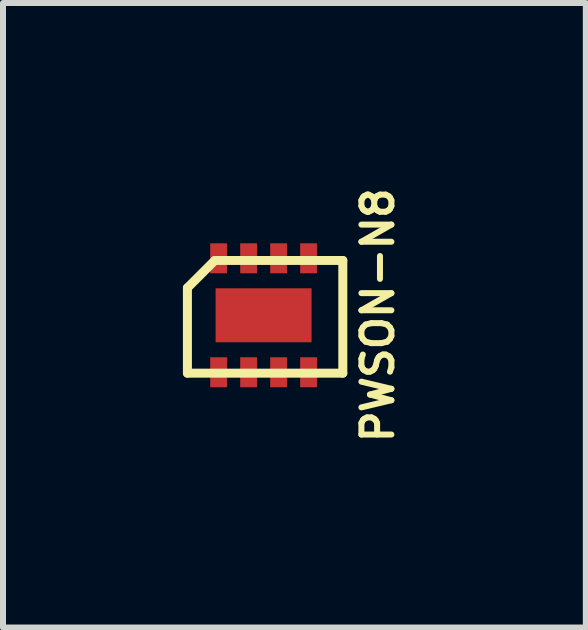
<source format=kicad_pcb>
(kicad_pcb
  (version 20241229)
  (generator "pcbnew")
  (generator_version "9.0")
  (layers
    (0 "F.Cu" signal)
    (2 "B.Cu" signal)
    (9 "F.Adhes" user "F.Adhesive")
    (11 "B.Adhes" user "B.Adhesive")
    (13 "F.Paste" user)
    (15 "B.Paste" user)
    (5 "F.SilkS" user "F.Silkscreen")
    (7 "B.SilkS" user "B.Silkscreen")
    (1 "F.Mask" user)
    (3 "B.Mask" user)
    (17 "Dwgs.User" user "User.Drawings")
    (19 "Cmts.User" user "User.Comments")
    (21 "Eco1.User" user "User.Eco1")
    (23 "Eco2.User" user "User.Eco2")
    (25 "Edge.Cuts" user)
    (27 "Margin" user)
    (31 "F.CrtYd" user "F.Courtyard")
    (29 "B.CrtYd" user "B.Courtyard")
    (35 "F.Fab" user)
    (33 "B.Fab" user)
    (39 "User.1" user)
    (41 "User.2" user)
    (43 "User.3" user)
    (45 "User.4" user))
  (footprint "PWSON-N8"
    (layer "F.Cu")
    (at 1.345 2.207)
    (property "Reference" "PWSON-N8" (at 1.905 0 270) (layer "F.SilkS") (effects (font (size 0.5 0.5) (thickness 0.1))))
    (attr through_hole)
    (fp_line (start -1.27 -0.457) (end -1.27 0.965) (stroke (width 0.15) (type solid)) (layer "F.SilkS"))
    (fp_line (start -1.27 -0.457) (end -0.813 -0.914) (stroke (width 0.15) (type solid)) (layer "F.SilkS"))
    (fp_line (start -0.813 -0.914) (end 1.321 -0.914) (stroke (width 0.15) (type solid)) (layer "F.SilkS"))
    (fp_line (start 1.321 -0.914) (end 1.321 0.965) (stroke (width 0.15) (type solid)) (layer "F.SilkS"))
    (fp_line (start 1.321 0.965) (end -1.27 0.965) (stroke (width 0.15) (type solid)) (layer "F.SilkS"))
    (pad "1" smd rect (at -0.75 -0.95) (size 0.28 0.5) (layers "F.Cu" "F.Mask" "F.Paste"))
    (pad "2" smd rect (at -0.25 -0.95) (size 0.28 0.5) (layers "F.Cu" "F.Mask" "F.Paste"))
    (pad "3" smd rect (at 0.25 -0.95) (size 0.28 0.5) (layers "F.Cu" "F.Mask" "F.Paste"))
    (pad "4" smd rect (at 0 0) (size 1.6 0.9) (layers "F.Cu" "F.Mask" "F.Paste"))
    (pad "4" smd rect (at 0.75 -0.95) (size 0.28 0.5) (layers "F.Cu" "F.Mask" "F.Paste"))
    (pad "5" smd rect (at 0.75 0.95) (size 0.28 0.5) (layers "F.Cu" "F.Mask" "F.Paste"))
    (pad "6" smd rect (at 0.25 0.95) (size 0.28 0.5) (layers "F.Cu" "F.Mask" "F.Paste"))
    (pad "7" smd rect (at -0.25 0.95) (size 0.28 0.5) (layers "F.Cu" "F.Mask" "F.Paste"))
    (pad "8" smd rect (at -0.75 0.95) (size 0.28 0.5) (layers "F.Cu" "F.Mask" "F.Paste")))
  (gr_rect
    (start -3 -3)
    (end 6.718 7.414)
    (stroke (width 0.1) (type default))
    (fill no)
    (layer "Edge.Cuts")))
</source>
